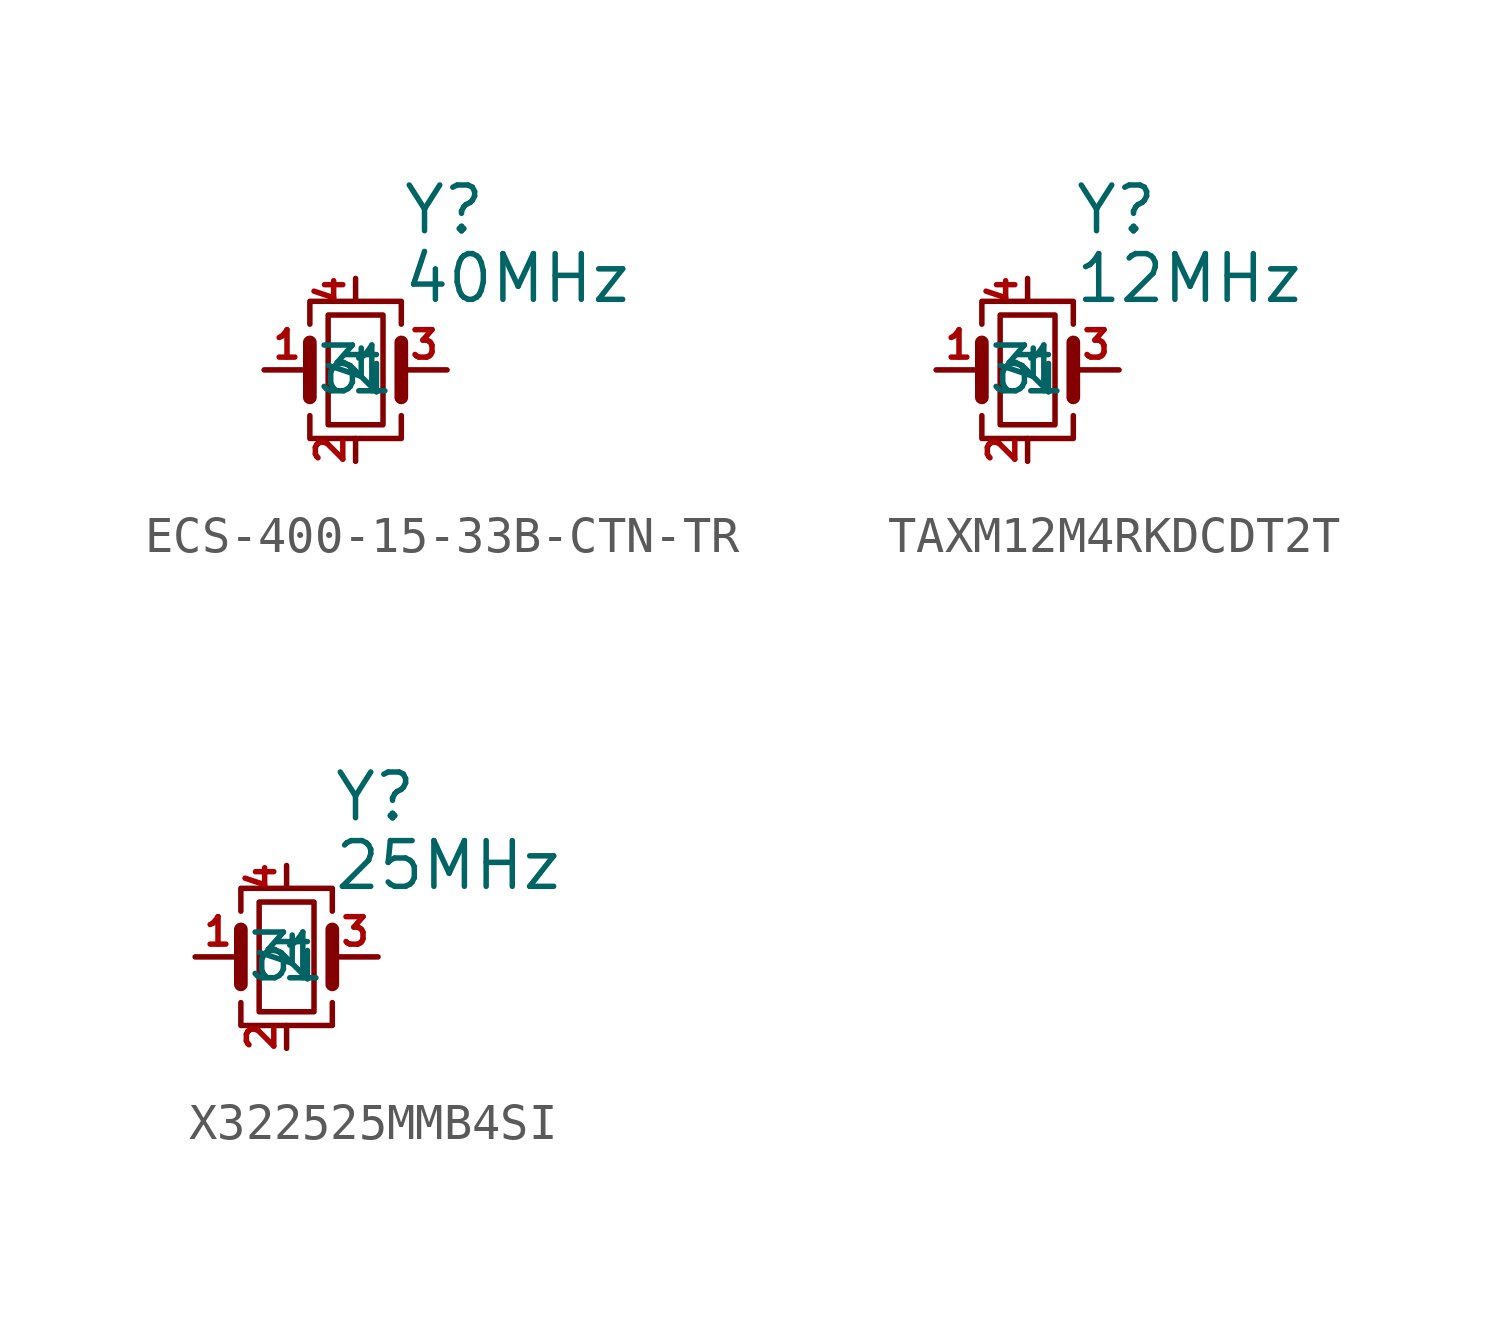
<source format=kicad_sym>
(kicad_symbol_lib
  (version 20211014)
  (generator None)
  (symbol "ECS-400-15-33B-CTN-TR"
    (pin_names
      (offset 1.016))
    (property "Reference" "Y"
      (at 1.27 4.445 0)
      (effects (font (size 1.27 1.27)) (justify left)))
    (property "Value" "40MHz"
      (at 1.27 2.54 0)
      (effects (font (size 1.27 1.27)) (justify left)))
    (symbol "ECS-400-15-33B-CTN-TR_0_1"
      (polyline (pts (xy -1.27 1.27) (xy -1.27 1.905) (xy 1.27 1.905) (xy 1.27 1.27)) (stroke (width 0) (type default)) (fill (type none)))
      (polyline (pts (xy -1.27 -0.762) (xy -1.27 0.762)) (stroke (width 0.381) (type default)) (fill (type none)))
      (polyline (pts (xy -1.27 -1.27) (xy -1.27 -1.905) (xy 1.27 -1.905) (xy 1.27 -1.27)) (stroke (width 0) (type default)) (fill (type none)))
      (rectangle (start -0.762 -1.524) (end 0.762 1.524) (stroke (width 0) (type default)) (fill (type none)))
      (polyline (pts (xy 1.27 -0.762) (xy 1.27 0.762)) (stroke (width 0.381) (type default)) (fill (type none))))
    (symbol "ECS-400-15-33B-CTN-TR_1_1"
      (pin passive line (at -2.54 0 0) (length 1.27) (name "1" (effects (font (size 1.27 1.27)))) (number "1" (effects (font (size 0.762 0.762)))))
      (pin passive line (at 0 2.54 270) (length 0.635) (name "4" (effects (font (size 1.27 1.27)))) (number "4" (effects (font (size 0.762 0.762)))))
      (pin passive line (at 0 -2.54 90) (length 0.635) (name "2" (effects (font (size 1.27 1.27)))) (number "2" (effects (font (size 0.762 0.762)))))
      (pin passive line (at 2.54 0 180) (length 1.27) (name "3" (effects (font (size 1.27 1.27)))) (number "3" (effects (font (size 0.762 0.762)))))))
  (symbol "TAXM12M4RKDCDT2T"
    (pin_names
      (offset 1.016))
    (property "Reference" "Y"
      (at 1.27 4.445 0)
      (effects (font (size 1.27 1.27)) (justify left)))
    (property "Value" "12MHz"
      (at 1.27 2.54 0)
      (effects (font (size 1.27 1.27)) (justify left)))
    (symbol "TAXM12M4RKDCDT2T_0_1"
      (polyline (pts (xy -1.27 1.27) (xy -1.27 1.905) (xy 1.27 1.905) (xy 1.27 1.27)) (stroke (width 0) (type default)) (fill (type none)))
      (polyline (pts (xy -1.27 -0.762) (xy -1.27 0.762)) (stroke (width 0.381) (type default)) (fill (type none)))
      (polyline (pts (xy -1.27 -1.27) (xy -1.27 -1.905) (xy 1.27 -1.905) (xy 1.27 -1.27)) (stroke (width 0) (type default)) (fill (type none)))
      (rectangle (start -0.762 -1.524) (end 0.762 1.524) (stroke (width 0) (type default)) (fill (type none)))
      (polyline (pts (xy 1.27 -0.762) (xy 1.27 0.762)) (stroke (width 0.381) (type default)) (fill (type none))))
    (symbol "TAXM12M4RKDCDT2T_1_1"
      (pin passive line (at -2.54 0 0) (length 1.27) (name "1" (effects (font (size 1.27 1.27)))) (number "1" (effects (font (size 0.762 0.762)))))
      (pin passive line (at 0 2.54 270) (length 0.635) (name "4" (effects (font (size 1.27 1.27)))) (number "4" (effects (font (size 0.762 0.762)))))
      (pin passive line (at 0 -2.54 90) (length 0.635) (name "2" (effects (font (size 1.27 1.27)))) (number "2" (effects (font (size 0.762 0.762)))))
      (pin passive line (at 2.54 0 180) (length 1.27) (name "3" (effects (font (size 1.27 1.27)))) (number "3" (effects (font (size 0.762 0.762)))))))
  (symbol "X322525MMB4SI"
    (pin_names
      (offset 1.016))
    (property "Reference" "Y"
      (at 1.27 4.445 0)
      (effects (font (size 1.27 1.27)) (justify left)))
    (property "Value" "25MHz"
      (at 1.27 2.54 0)
      (effects (font (size 1.27 1.27)) (justify left)))
    (symbol "X322525MMB4SI_0_1"
      (polyline (pts (xy -1.27 1.27) (xy -1.27 1.905) (xy 1.27 1.905) (xy 1.27 1.27)) (stroke (width 0) (type default)) (fill (type none)))
      (polyline (pts (xy -1.27 -0.762) (xy -1.27 0.762)) (stroke (width 0.381) (type default)) (fill (type none)))
      (polyline (pts (xy -1.27 -1.27) (xy -1.27 -1.905) (xy 1.27 -1.905) (xy 1.27 -1.27)) (stroke (width 0) (type default)) (fill (type none)))
      (rectangle (start -0.762 -1.524) (end 0.762 1.524) (stroke (width 0) (type default)) (fill (type none)))
      (polyline (pts (xy 1.27 -0.762) (xy 1.27 0.762)) (stroke (width 0.381) (type default)) (fill (type none))))
    (symbol "X322525MMB4SI_1_1"
      (pin passive line (at -2.54 0 0) (length 1.27) (name "1" (effects (font (size 1.27 1.27)))) (number "1" (effects (font (size 0.762 0.762)))))
      (pin passive line (at 0 2.54 270) (length 0.635) (name "4" (effects (font (size 1.27 1.27)))) (number "4" (effects (font (size 0.762 0.762)))))
      (pin passive line (at 0 -2.54 90) (length 0.635) (name "2" (effects (font (size 1.27 1.27)))) (number "2" (effects (font (size 0.762 0.762)))))
      (pin passive line (at 2.54 0 180) (length 1.27) (name "3" (effects (font (size 1.27 1.27)))) (number "3" (effects (font (size 0.762 0.762))))))))
</source>
